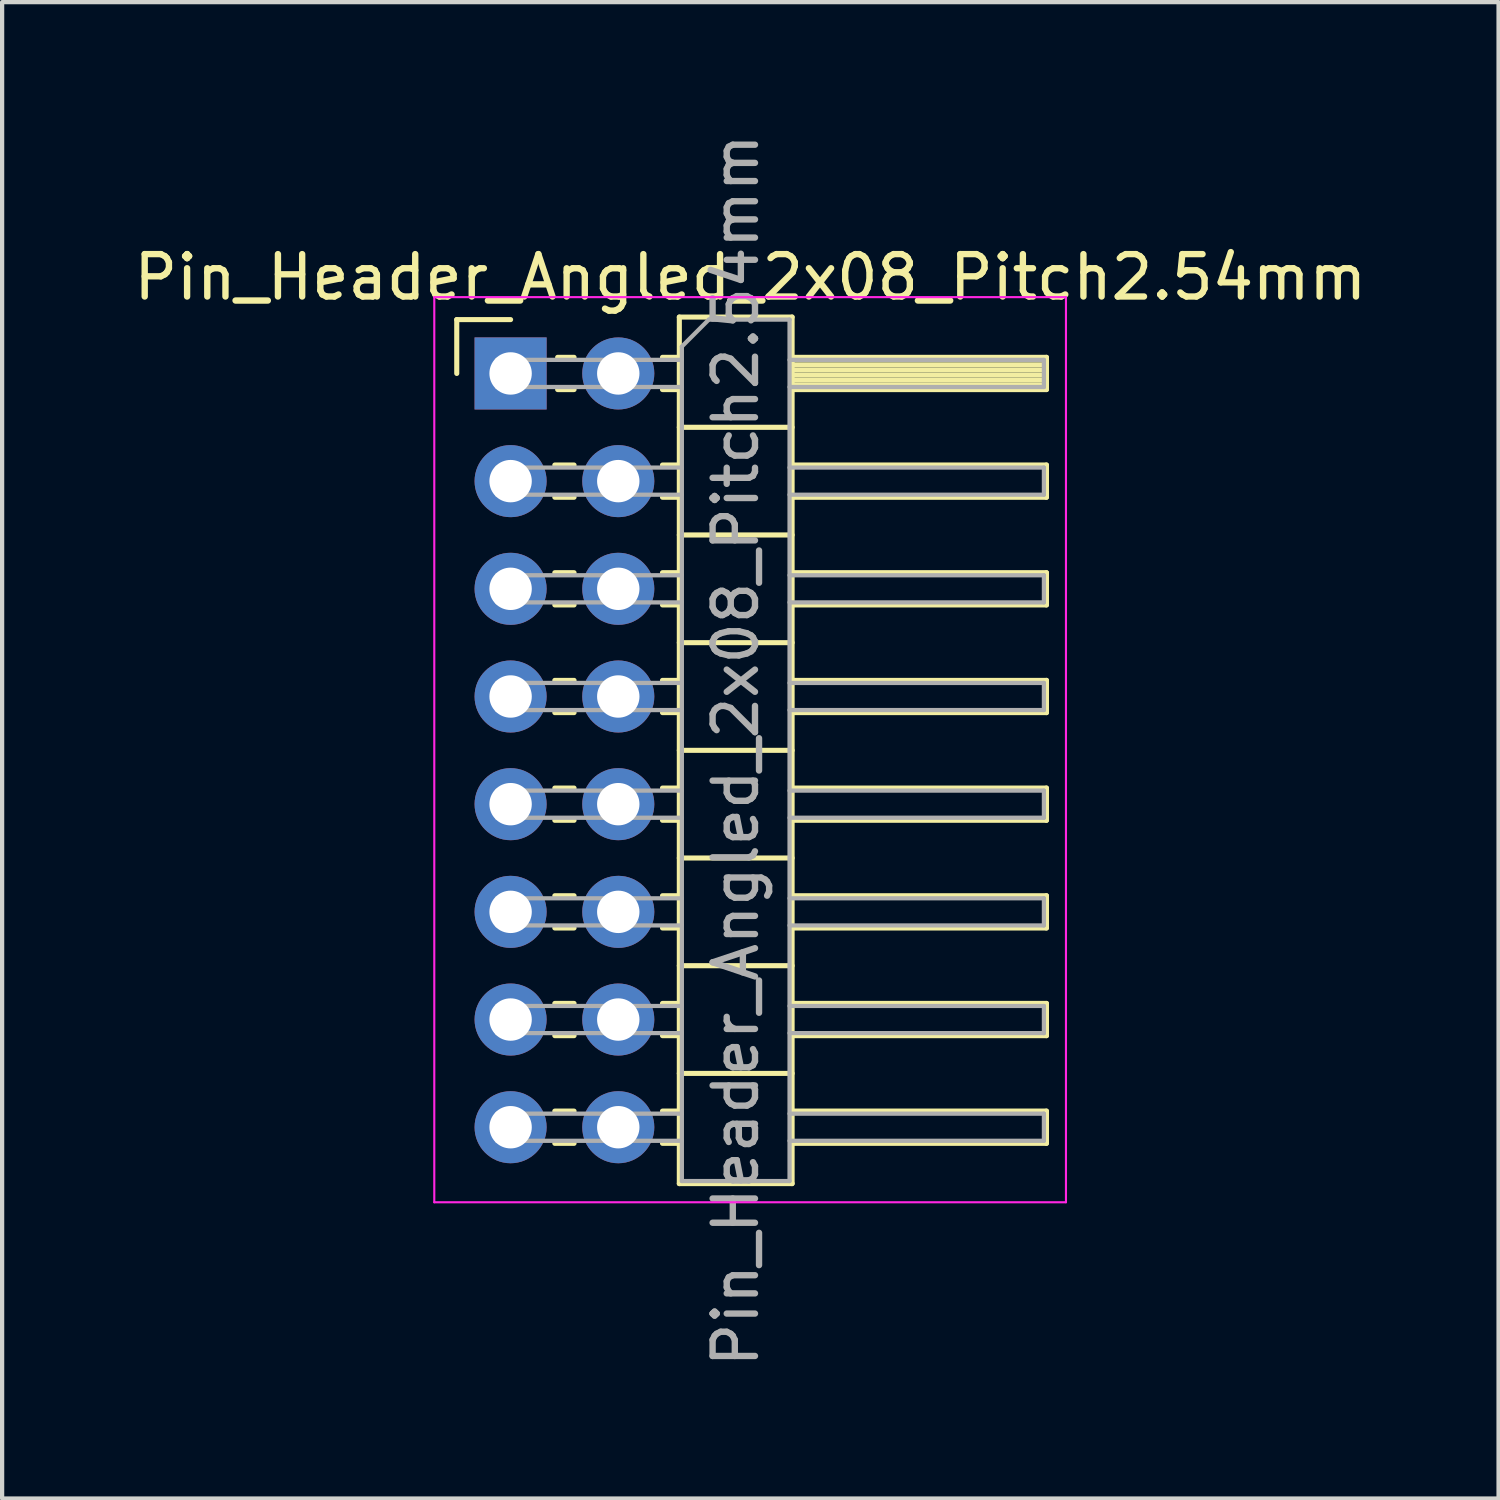
<source format=kicad_pcb>
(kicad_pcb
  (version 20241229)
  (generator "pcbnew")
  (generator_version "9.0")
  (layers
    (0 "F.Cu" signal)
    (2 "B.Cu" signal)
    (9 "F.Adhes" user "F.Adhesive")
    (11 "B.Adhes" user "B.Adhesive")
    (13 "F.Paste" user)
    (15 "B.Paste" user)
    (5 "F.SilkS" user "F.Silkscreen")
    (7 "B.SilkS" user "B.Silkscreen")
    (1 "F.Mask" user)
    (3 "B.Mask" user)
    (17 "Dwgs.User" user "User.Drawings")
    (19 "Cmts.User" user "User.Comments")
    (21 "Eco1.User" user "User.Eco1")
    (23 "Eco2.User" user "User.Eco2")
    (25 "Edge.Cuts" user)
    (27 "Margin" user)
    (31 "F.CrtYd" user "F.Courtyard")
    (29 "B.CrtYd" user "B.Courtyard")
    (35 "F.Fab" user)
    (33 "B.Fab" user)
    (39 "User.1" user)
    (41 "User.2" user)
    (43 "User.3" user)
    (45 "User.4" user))
  (footprint "Pin_Header_Angled_2x08_Pitch2.54mm"
    (layer "F.Cu")
    (at 8.994 5.759)
    (property "Reference" "Pin_Header_Angled_2x08_Pitch2.54mm" (at 5.655 -2.27 0) (layer "F.SilkS") (effects (font (size 1 1) (thickness 0.15))))
    (attr through_hole)
    (fp_line (start -1.27 -1.27) (end 0 -1.27) (stroke (width 0.12) (type solid)) (layer "F.SilkS"))
    (fp_line (start -1.27 0) (end -1.27 -1.27) (stroke (width 0.12) (type solid)) (layer "F.SilkS"))
    (fp_line (start 1.043 2.16) (end 1.497 2.16) (stroke (width 0.12) (type solid)) (layer "F.SilkS"))
    (fp_line (start 1.043 2.92) (end 1.497 2.92) (stroke (width 0.12) (type solid)) (layer "F.SilkS"))
    (fp_line (start 1.043 4.7) (end 1.497 4.7) (stroke (width 0.12) (type solid)) (layer "F.SilkS"))
    (fp_line (start 1.043 5.46) (end 1.497 5.46) (stroke (width 0.12) (type solid)) (layer "F.SilkS"))
    (fp_line (start 1.043 7.24) (end 1.497 7.24) (stroke (width 0.12) (type solid)) (layer "F.SilkS"))
    (fp_line (start 1.043 8) (end 1.497 8) (stroke (width 0.12) (type solid)) (layer "F.SilkS"))
    (fp_line (start 1.043 9.78) (end 1.497 9.78) (stroke (width 0.12) (type solid)) (layer "F.SilkS"))
    (fp_line (start 1.043 10.54) (end 1.497 10.54) (stroke (width 0.12) (type solid)) (layer "F.SilkS"))
    (fp_line (start 1.043 12.32) (end 1.497 12.32) (stroke (width 0.12) (type solid)) (layer "F.SilkS"))
    (fp_line (start 1.043 13.08) (end 1.497 13.08) (stroke (width 0.12) (type solid)) (layer "F.SilkS"))
    (fp_line (start 1.043 14.86) (end 1.497 14.86) (stroke (width 0.12) (type solid)) (layer "F.SilkS"))
    (fp_line (start 1.043 15.62) (end 1.497 15.62) (stroke (width 0.12) (type solid)) (layer "F.SilkS"))
    (fp_line (start 1.043 17.4) (end 1.497 17.4) (stroke (width 0.12) (type solid)) (layer "F.SilkS"))
    (fp_line (start 1.043 18.16) (end 1.497 18.16) (stroke (width 0.12) (type solid)) (layer "F.SilkS"))
    (fp_line (start 1.11 -0.38) (end 1.497 -0.38) (stroke (width 0.12) (type solid)) (layer "F.SilkS"))
    (fp_line (start 1.11 0.38) (end 1.497 0.38) (stroke (width 0.12) (type solid)) (layer "F.SilkS"))
    (fp_line (start 3.583 -0.38) (end 3.98 -0.38) (stroke (width 0.12) (type solid)) (layer "F.SilkS"))
    (fp_line (start 3.583 0.38) (end 3.98 0.38) (stroke (width 0.12) (type solid)) (layer "F.SilkS"))
    (fp_line (start 3.583 2.16) (end 3.98 2.16) (stroke (width 0.12) (type solid)) (layer "F.SilkS"))
    (fp_line (start 3.583 2.92) (end 3.98 2.92) (stroke (width 0.12) (type solid)) (layer "F.SilkS"))
    (fp_line (start 3.583 4.7) (end 3.98 4.7) (stroke (width 0.12) (type solid)) (layer "F.SilkS"))
    (fp_line (start 3.583 5.46) (end 3.98 5.46) (stroke (width 0.12) (type solid)) (layer "F.SilkS"))
    (fp_line (start 3.583 7.24) (end 3.98 7.24) (stroke (width 0.12) (type solid)) (layer "F.SilkS"))
    (fp_line (start 3.583 8) (end 3.98 8) (stroke (width 0.12) (type solid)) (layer "F.SilkS"))
    (fp_line (start 3.583 9.78) (end 3.98 9.78) (stroke (width 0.12) (type solid)) (layer "F.SilkS"))
    (fp_line (start 3.583 10.54) (end 3.98 10.54) (stroke (width 0.12) (type solid)) (layer "F.SilkS"))
    (fp_line (start 3.583 12.32) (end 3.98 12.32) (stroke (width 0.12) (type solid)) (layer "F.SilkS"))
    (fp_line (start 3.583 13.08) (end 3.98 13.08) (stroke (width 0.12) (type solid)) (layer "F.SilkS"))
    (fp_line (start 3.583 14.86) (end 3.98 14.86) (stroke (width 0.12) (type solid)) (layer "F.SilkS"))
    (fp_line (start 3.583 15.62) (end 3.98 15.62) (stroke (width 0.12) (type solid)) (layer "F.SilkS"))
    (fp_line (start 3.583 17.4) (end 3.98 17.4) (stroke (width 0.12) (type solid)) (layer "F.SilkS"))
    (fp_line (start 3.583 18.16) (end 3.98 18.16) (stroke (width 0.12) (type solid)) (layer "F.SilkS"))
    (fp_line (start 3.98 -1.33) (end 3.98 19.11) (stroke (width 0.12) (type solid)) (layer "F.SilkS"))
    (fp_line (start 3.98 1.27) (end 6.64 1.27) (stroke (width 0.12) (type solid)) (layer "F.SilkS"))
    (fp_line (start 3.98 3.81) (end 6.64 3.81) (stroke (width 0.12) (type solid)) (layer "F.SilkS"))
    (fp_line (start 3.98 6.35) (end 6.64 6.35) (stroke (width 0.12) (type solid)) (layer "F.SilkS"))
    (fp_line (start 3.98 8.89) (end 6.64 8.89) (stroke (width 0.12) (type solid)) (layer "F.SilkS"))
    (fp_line (start 3.98 11.43) (end 6.64 11.43) (stroke (width 0.12) (type solid)) (layer "F.SilkS"))
    (fp_line (start 3.98 13.97) (end 6.64 13.97) (stroke (width 0.12) (type solid)) (layer "F.SilkS"))
    (fp_line (start 3.98 16.51) (end 6.64 16.51) (stroke (width 0.12) (type solid)) (layer "F.SilkS"))
    (fp_line (start 3.98 19.11) (end 6.64 19.11) (stroke (width 0.12) (type solid)) (layer "F.SilkS"))
    (fp_line (start 6.64 -1.33) (end 3.98 -1.33) (stroke (width 0.12) (type solid)) (layer "F.SilkS"))
    (fp_line (start 6.64 -0.38) (end 12.64 -0.38) (stroke (width 0.12) (type solid)) (layer "F.SilkS"))
    (fp_line (start 6.64 -0.32) (end 12.64 -0.32) (stroke (width 0.12) (type solid)) (layer "F.SilkS"))
    (fp_line (start 6.64 -0.2) (end 12.64 -0.2) (stroke (width 0.12) (type solid)) (layer "F.SilkS"))
    (fp_line (start 6.64 -0.08) (end 12.64 -0.08) (stroke (width 0.12) (type solid)) (layer "F.SilkS"))
    (fp_line (start 6.64 0.04) (end 12.64 0.04) (stroke (width 0.12) (type solid)) (layer "F.SilkS"))
    (fp_line (start 6.64 0.16) (end 12.64 0.16) (stroke (width 0.12) (type solid)) (layer "F.SilkS"))
    (fp_line (start 6.64 0.28) (end 12.64 0.28) (stroke (width 0.12) (type solid)) (layer "F.SilkS"))
    (fp_line (start 6.64 2.16) (end 12.64 2.16) (stroke (width 0.12) (type solid)) (layer "F.SilkS"))
    (fp_line (start 6.64 4.7) (end 12.64 4.7) (stroke (width 0.12) (type solid)) (layer "F.SilkS"))
    (fp_line (start 6.64 7.24) (end 12.64 7.24) (stroke (width 0.12) (type solid)) (layer "F.SilkS"))
    (fp_line (start 6.64 9.78) (end 12.64 9.78) (stroke (width 0.12) (type solid)) (layer "F.SilkS"))
    (fp_line (start 6.64 12.32) (end 12.64 12.32) (stroke (width 0.12) (type solid)) (layer "F.SilkS"))
    (fp_line (start 6.64 14.86) (end 12.64 14.86) (stroke (width 0.12) (type solid)) (layer "F.SilkS"))
    (fp_line (start 6.64 17.4) (end 12.64 17.4) (stroke (width 0.12) (type solid)) (layer "F.SilkS"))
    (fp_line (start 6.64 19.11) (end 6.64 -1.33) (stroke (width 0.12) (type solid)) (layer "F.SilkS"))
    (fp_line (start 12.64 -0.38) (end 12.64 0.38) (stroke (width 0.12) (type solid)) (layer "F.SilkS"))
    (fp_line (start 12.64 0.38) (end 6.64 0.38) (stroke (width 0.12) (type solid)) (layer "F.SilkS"))
    (fp_line (start 12.64 2.16) (end 12.64 2.92) (stroke (width 0.12) (type solid)) (layer "F.SilkS"))
    (fp_line (start 12.64 2.92) (end 6.64 2.92) (stroke (width 0.12) (type solid)) (layer "F.SilkS"))
    (fp_line (start 12.64 4.7) (end 12.64 5.46) (stroke (width 0.12) (type solid)) (layer "F.SilkS"))
    (fp_line (start 12.64 5.46) (end 6.64 5.46) (stroke (width 0.12) (type solid)) (layer "F.SilkS"))
    (fp_line (start 12.64 7.24) (end 12.64 8) (stroke (width 0.12) (type solid)) (layer "F.SilkS"))
    (fp_line (start 12.64 8) (end 6.64 8) (stroke (width 0.12) (type solid)) (layer "F.SilkS"))
    (fp_line (start 12.64 9.78) (end 12.64 10.54) (stroke (width 0.12) (type solid)) (layer "F.SilkS"))
    (fp_line (start 12.64 10.54) (end 6.64 10.54) (stroke (width 0.12) (type solid)) (layer "F.SilkS"))
    (fp_line (start 12.64 12.32) (end 12.64 13.08) (stroke (width 0.12) (type solid)) (layer "F.SilkS"))
    (fp_line (start 12.64 13.08) (end 6.64 13.08) (stroke (width 0.12) (type solid)) (layer "F.SilkS"))
    (fp_line (start 12.64 14.86) (end 12.64 15.62) (stroke (width 0.12) (type solid)) (layer "F.SilkS"))
    (fp_line (start 12.64 15.62) (end 6.64 15.62) (stroke (width 0.12) (type solid)) (layer "F.SilkS"))
    (fp_line (start 12.64 17.4) (end 12.64 18.16) (stroke (width 0.12) (type solid)) (layer "F.SilkS"))
    (fp_line (start 12.64 18.16) (end 6.64 18.16) (stroke (width 0.12) (type solid)) (layer "F.SilkS"))
    (fp_line (start -1.8 -1.8) (end -1.8 19.55) (stroke (width 0.05) (type solid)) (layer "F.CrtYd"))
    (fp_line (start -1.8 19.55) (end 13.1 19.55) (stroke (width 0.05) (type solid)) (layer "F.CrtYd"))
    (fp_line (start 13.1 -1.8) (end -1.8 -1.8) (stroke (width 0.05) (type solid)) (layer "F.CrtYd"))
    (fp_line (start 13.1 19.55) (end 13.1 -1.8) (stroke (width 0.05) (type solid)) (layer "F.CrtYd"))
    (fp_line (start -0.32 -0.32) (end -0.32 0.32) (stroke (width 0.1) (type solid)) (layer "F.Fab"))
    (fp_line (start -0.32 -0.32) (end 4.04 -0.32) (stroke (width 0.1) (type solid)) (layer "F.Fab"))
    (fp_line (start -0.32 0.32) (end 4.04 0.32) (stroke (width 0.1) (type solid)) (layer "F.Fab"))
    (fp_line (start -0.32 2.22) (end -0.32 2.86) (stroke (width 0.1) (type solid)) (layer "F.Fab"))
    (fp_line (start -0.32 2.22) (end 4.04 2.22) (stroke (width 0.1) (type solid)) (layer "F.Fab"))
    (fp_line (start -0.32 2.86) (end 4.04 2.86) (stroke (width 0.1) (type solid)) (layer "F.Fab"))
    (fp_line (start -0.32 4.76) (end -0.32 5.4) (stroke (width 0.1) (type solid)) (layer "F.Fab"))
    (fp_line (start -0.32 4.76) (end 4.04 4.76) (stroke (width 0.1) (type solid)) (layer "F.Fab"))
    (fp_line (start -0.32 5.4) (end 4.04 5.4) (stroke (width 0.1) (type solid)) (layer "F.Fab"))
    (fp_line (start -0.32 7.3) (end -0.32 7.94) (stroke (width 0.1) (type solid)) (layer "F.Fab"))
    (fp_line (start -0.32 7.3) (end 4.04 7.3) (stroke (width 0.1) (type solid)) (layer "F.Fab"))
    (fp_line (start -0.32 7.94) (end 4.04 7.94) (stroke (width 0.1) (type solid)) (layer "F.Fab"))
    (fp_line (start -0.32 9.84) (end -0.32 10.48) (stroke (width 0.1) (type solid)) (layer "F.Fab"))
    (fp_line (start -0.32 9.84) (end 4.04 9.84) (stroke (width 0.1) (type solid)) (layer "F.Fab"))
    (fp_line (start -0.32 10.48) (end 4.04 10.48) (stroke (width 0.1) (type solid)) (layer "F.Fab"))
    (fp_line (start -0.32 12.38) (end -0.32 13.02) (stroke (width 0.1) (type solid)) (layer "F.Fab"))
    (fp_line (start -0.32 12.38) (end 4.04 12.38) (stroke (width 0.1) (type solid)) (layer "F.Fab"))
    (fp_line (start -0.32 13.02) (end 4.04 13.02) (stroke (width 0.1) (type solid)) (layer "F.Fab"))
    (fp_line (start -0.32 14.92) (end -0.32 15.56) (stroke (width 0.1) (type solid)) (layer "F.Fab"))
    (fp_line (start -0.32 14.92) (end 4.04 14.92) (stroke (width 0.1) (type solid)) (layer "F.Fab"))
    (fp_line (start -0.32 15.56) (end 4.04 15.56) (stroke (width 0.1) (type solid)) (layer "F.Fab"))
    (fp_line (start -0.32 17.46) (end -0.32 18.1) (stroke (width 0.1) (type solid)) (layer "F.Fab"))
    (fp_line (start -0.32 17.46) (end 4.04 17.46) (stroke (width 0.1) (type solid)) (layer "F.Fab"))
    (fp_line (start -0.32 18.1) (end 4.04 18.1) (stroke (width 0.1) (type solid)) (layer "F.Fab"))
    (fp_line (start 4.04 -0.635) (end 4.675 -1.27) (stroke (width 0.1) (type solid)) (layer "F.Fab"))
    (fp_line (start 4.04 19.05) (end 4.04 -0.635) (stroke (width 0.1) (type solid)) (layer "F.Fab"))
    (fp_line (start 4.675 -1.27) (end 6.58 -1.27) (stroke (width 0.1) (type solid)) (layer "F.Fab"))
    (fp_line (start 6.58 -1.27) (end 6.58 19.05) (stroke (width 0.1) (type solid)) (layer "F.Fab"))
    (fp_line (start 6.58 -0.32) (end 12.58 -0.32) (stroke (width 0.1) (type solid)) (layer "F.Fab"))
    (fp_line (start 6.58 0.32) (end 12.58 0.32) (stroke (width 0.1) (type solid)) (layer "F.Fab"))
    (fp_line (start 6.58 2.22) (end 12.58 2.22) (stroke (width 0.1) (type solid)) (layer "F.Fab"))
    (fp_line (start 6.58 2.86) (end 12.58 2.86) (stroke (width 0.1) (type solid)) (layer "F.Fab"))
    (fp_line (start 6.58 4.76) (end 12.58 4.76) (stroke (width 0.1) (type solid)) (layer "F.Fab"))
    (fp_line (start 6.58 5.4) (end 12.58 5.4) (stroke (width 0.1) (type solid)) (layer "F.Fab"))
    (fp_line (start 6.58 7.3) (end 12.58 7.3) (stroke (width 0.1) (type solid)) (layer "F.Fab"))
    (fp_line (start 6.58 7.94) (end 12.58 7.94) (stroke (width 0.1) (type solid)) (layer "F.Fab"))
    (fp_line (start 6.58 9.84) (end 12.58 9.84) (stroke (width 0.1) (type solid)) (layer "F.Fab"))
    (fp_line (start 6.58 10.48) (end 12.58 10.48) (stroke (width 0.1) (type solid)) (layer "F.Fab"))
    (fp_line (start 6.58 12.38) (end 12.58 12.38) (stroke (width 0.1) (type solid)) (layer "F.Fab"))
    (fp_line (start 6.58 13.02) (end 12.58 13.02) (stroke (width 0.1) (type solid)) (layer "F.Fab"))
    (fp_line (start 6.58 14.92) (end 12.58 14.92) (stroke (width 0.1) (type solid)) (layer "F.Fab"))
    (fp_line (start 6.58 15.56) (end 12.58 15.56) (stroke (width 0.1) (type solid)) (layer "F.Fab"))
    (fp_line (start 6.58 17.46) (end 12.58 17.46) (stroke (width 0.1) (type solid)) (layer "F.Fab"))
    (fp_line (start 6.58 18.1) (end 12.58 18.1) (stroke (width 0.1) (type solid)) (layer "F.Fab"))
    (fp_line (start 6.58 19.05) (end 4.04 19.05) (stroke (width 0.1) (type solid)) (layer "F.Fab"))
    (fp_line (start 12.58 -0.32) (end 12.58 0.32) (stroke (width 0.1) (type solid)) (layer "F.Fab"))
    (fp_line (start 12.58 2.22) (end 12.58 2.86) (stroke (width 0.1) (type solid)) (layer "F.Fab"))
    (fp_line (start 12.58 4.76) (end 12.58 5.4) (stroke (width 0.1) (type solid)) (layer "F.Fab"))
    (fp_line (start 12.58 7.3) (end 12.58 7.94) (stroke (width 0.1) (type solid)) (layer "F.Fab"))
    (fp_line (start 12.58 9.84) (end 12.58 10.48) (stroke (width 0.1) (type solid)) (layer "F.Fab"))
    (fp_line (start 12.58 12.38) (end 12.58 13.02) (stroke (width 0.1) (type solid)) (layer "F.Fab"))
    (fp_line (start 12.58 14.92) (end 12.58 15.56) (stroke (width 0.1) (type solid)) (layer "F.Fab"))
    (fp_line (start 12.58 17.46) (end 12.58 18.1) (stroke (width 0.1) (type solid)) (layer "F.Fab"))
    (fp_text user "${REFERENCE}" (at 5.31 8.89 90) (layer "F.Fab") (effects (font (size 1 1) (thickness 0.15))))
    (pad "1" thru_hole rect (at 0 0) (size 1.7 1.7) (drill 1) (layers "*.Cu" "*.Mask"))
    (pad "2" thru_hole oval (at 2.54 0) (size 1.7 1.7) (drill 1) (layers "*.Cu" "*.Mask"))
    (pad "3" thru_hole oval (at 0 2.54) (size 1.7 1.7) (drill 1) (layers "*.Cu" "*.Mask"))
    (pad "4" thru_hole oval (at 2.54 2.54) (size 1.7 1.7) (drill 1) (layers "*.Cu" "*.Mask"))
    (pad "5" thru_hole oval (at 0 5.08) (size 1.7 1.7) (drill 1) (layers "*.Cu" "*.Mask"))
    (pad "6" thru_hole oval (at 2.54 5.08) (size 1.7 1.7) (drill 1) (layers "*.Cu" "*.Mask"))
    (pad "7" thru_hole oval (at 0 7.62) (size 1.7 1.7) (drill 1) (layers "*.Cu" "*.Mask"))
    (pad "8" thru_hole oval (at 2.54 7.62) (size 1.7 1.7) (drill 1) (layers "*.Cu" "*.Mask"))
    (pad "9" thru_hole oval (at 0 10.16) (size 1.7 1.7) (drill 1) (layers "*.Cu" "*.Mask"))
    (pad "10" thru_hole oval (at 2.54 10.16) (size 1.7 1.7) (drill 1) (layers "*.Cu" "*.Mask"))
    (pad "11" thru_hole oval (at 0 12.7) (size 1.7 1.7) (drill 1) (layers "*.Cu" "*.Mask"))
    (pad "12" thru_hole oval (at 2.54 12.7) (size 1.7 1.7) (drill 1) (layers "*.Cu" "*.Mask"))
    (pad "13" thru_hole oval (at 0 15.24) (size 1.7 1.7) (drill 1) (layers "*.Cu" "*.Mask"))
    (pad "14" thru_hole oval (at 2.54 15.24) (size 1.7 1.7) (drill 1) (layers "*.Cu" "*.Mask"))
    (pad "15" thru_hole oval (at 0 17.78) (size 1.7 1.7) (drill 1) (layers "*.Cu" "*.Mask"))
    (pad "16" thru_hole oval (at 2.54 17.78) (size 1.7 1.7) (drill 1) (layers "*.Cu" "*.Mask")))
  (gr_rect
    (start -3 -3)
    (end 32.298 32.298)
    (stroke (width 0.1) (type default))
    (fill no)
    (layer "Edge.Cuts")))
</source>
